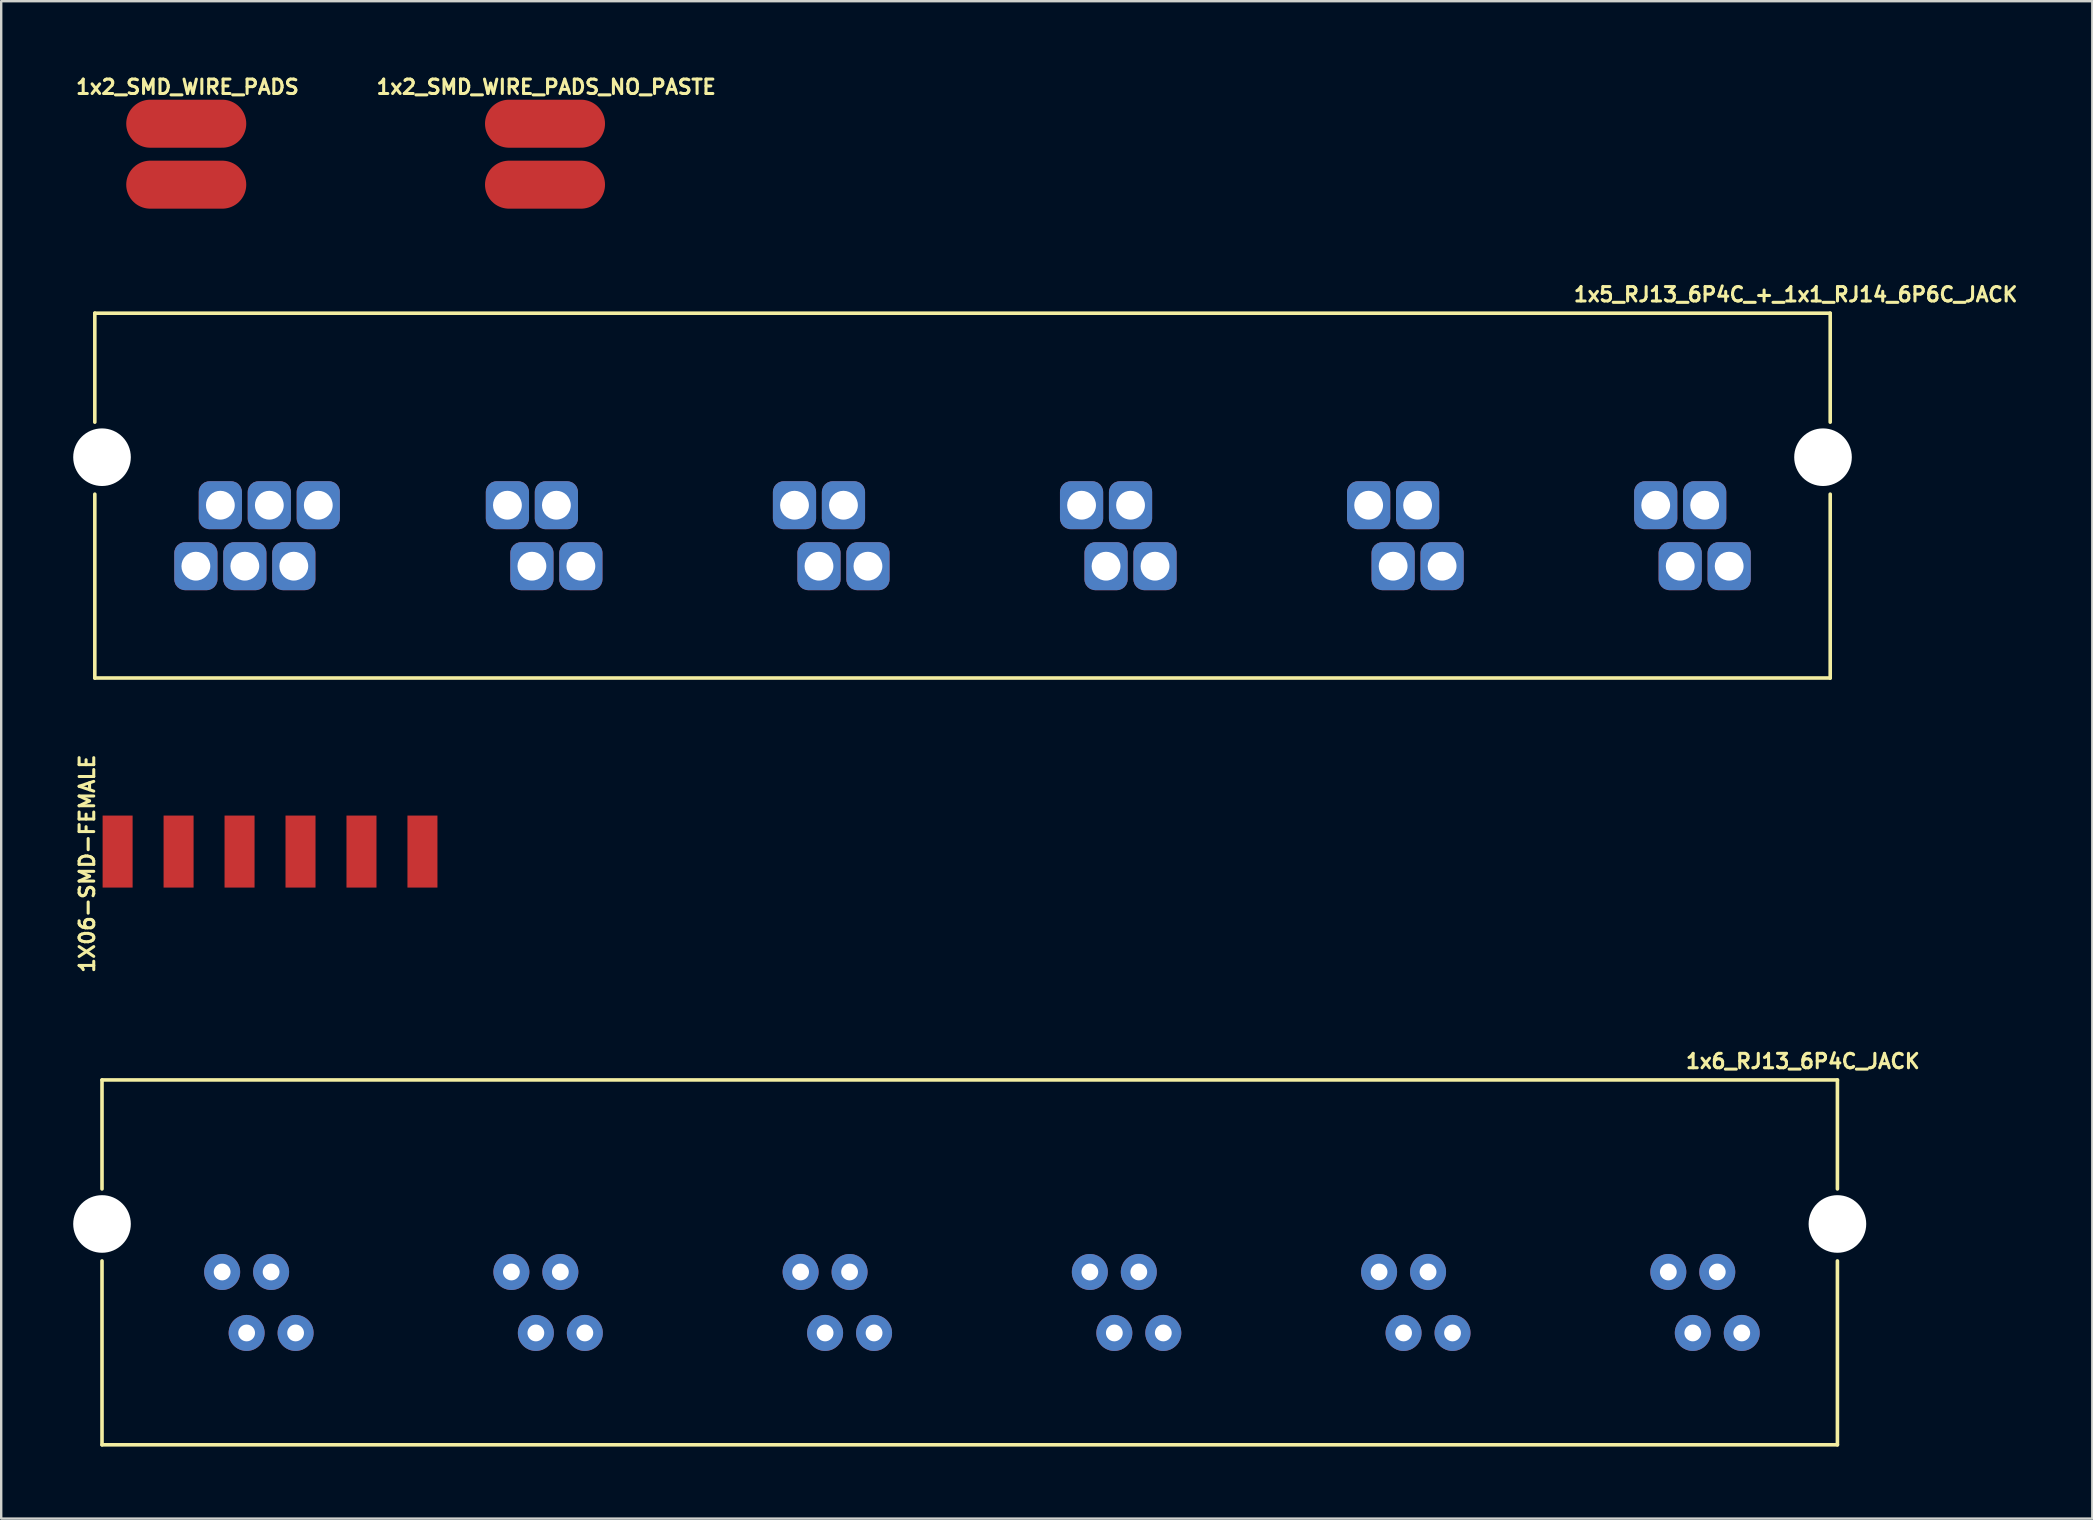
<source format=kicad_pcb>
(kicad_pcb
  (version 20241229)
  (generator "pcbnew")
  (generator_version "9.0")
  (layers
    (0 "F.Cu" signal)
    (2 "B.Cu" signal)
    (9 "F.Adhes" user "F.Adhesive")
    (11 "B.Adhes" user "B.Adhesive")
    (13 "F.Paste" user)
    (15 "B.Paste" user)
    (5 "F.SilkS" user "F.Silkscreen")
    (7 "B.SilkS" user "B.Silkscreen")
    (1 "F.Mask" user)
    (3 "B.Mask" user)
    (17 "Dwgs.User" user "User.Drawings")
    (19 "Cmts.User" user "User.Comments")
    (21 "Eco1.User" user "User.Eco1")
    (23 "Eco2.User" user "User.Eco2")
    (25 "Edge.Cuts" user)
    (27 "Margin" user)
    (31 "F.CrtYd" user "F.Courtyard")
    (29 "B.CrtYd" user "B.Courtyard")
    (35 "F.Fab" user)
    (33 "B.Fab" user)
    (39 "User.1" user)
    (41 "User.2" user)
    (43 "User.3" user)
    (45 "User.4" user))
  (footprint "1x2_SMD_WIRE_PADS"
    (layer "F.Cu")
    (at 4.709 3.374)
    (property "Reference" "1x2_SMD_WIRE_PADS" (at 0.05 -2.8 0) (layer "F.SilkS") (effects (font (size 0.6 0.6) (thickness 0.127))))
    (attr through_hole)
    (pad "1" smd oval (at 0 -1.27) (size 5 2) (layers "F.Cu" "F.Mask" "F.Paste"))
    (pad "2" smd oval (at 0 1.27) (size 5 2) (layers "F.Cu" "F.Mask" "F.Paste")))
  (footprint "1x2_SMD_WIRE_PADS_NO_PASTE"
    (layer "F.Cu")
    (at 19.656 3.374)
    (property "Reference" "1x2_SMD_WIRE_PADS_NO_PASTE" (at 0.05 -2.8 0) (layer "F.SilkS") (effects (font (size 0.6 0.6) (thickness 0.127))))
    (attr through_hole)
    (pad "1" smd oval (at 0 -1.27) (size 5 2) (layers "F.Cu" "F.Mask"))
    (pad "2" smd oval (at 0 1.27) (size 5 2) (layers "F.Cu" "F.Mask")))
  (footprint "1X06-SMD-FEMALE"
    (layer "F.Cu")
    (at 8.2 35.852)
    (property "Reference" "1X06-SMD-FEMALE" (at -7.62 -2.921 90) (layer "F.SilkS") (effects (font (size 0.61 0.61) (thickness 0.127))))
    (attr smd)
    (pad "1" smd rect (at 6.35 -3.424 180) (size 1.25 3) (layers "F.Cu" "F.Mask" "F.Paste"))
    (pad "2" smd rect (at 3.81 -3.424 180) (size 1.25 3) (layers "F.Cu" "F.Mask" "F.Paste"))
    (pad "3" smd rect (at 1.27 -3.424 180) (size 1.25 3) (layers "F.Cu" "F.Mask" "F.Paste"))
    (pad "4" smd rect (at -1.27 -3.424 180) (size 1.25 3) (layers "F.Cu" "F.Mask" "F.Paste"))
    (pad "5" smd rect (at -3.81 -3.424 180) (size 1.25 3) (layers "F.Cu" "F.Mask" "F.Paste"))
    (pad "6" smd rect (at -6.35 -3.424 180) (size 1.25 3) (layers "F.Cu" "F.Mask" "F.Paste")))
  (footprint "1x5_RJ13_6P4C_+_1x1_RJ14_6P6C_JACK"
    (layer "F.Cu")
    (at 37.05 20.538)
    (property "Reference" "1x5_RJ13_6P4C_+_1x1_RJ14_6P6C_JACK" (at 34.71 -11.32 0) (layer "F.SilkS") (effects (font (size 0.6 0.6) (thickness 0.127))))
    (attr through_hole)
    (fp_line (start -36.15 -10.54) (end -36.15 -6) (stroke (width 0.15) (type solid)) (layer "F.SilkS"))
    (fp_line (start -36.15 -10.54) (end 36.15 -10.54) (stroke (width 0.15) (type solid)) (layer "F.SilkS"))
    (fp_line (start -36.15 4.66) (end -36.15 -3) (stroke (width 0.15) (type solid)) (layer "F.SilkS"))
    (fp_line (start -36.15 4.66) (end 36.15 4.66) (stroke (width 0.15) (type solid)) (layer "F.SilkS"))
    (fp_line (start 36.15 -10.54) (end 36.15 -6) (stroke (width 0.15) (type solid)) (layer "F.SilkS"))
    (fp_line (start 36.15 4.66) (end 36.15 -3) (stroke (width 0.15) (type solid)) (layer "F.SilkS"))
    (pad "" np_thru_hole circle (at -35.85 -4.54) (size 2.4 2.4) (drill 2.4) (layers "*.Cu" "*.Mask"))
    (pad "" np_thru_hole circle (at 35.85 -4.54) (size 2.4 2.4) (drill 2.4) (layers "*.Cu" "*.Mask"))
    (pad "1" thru_hole roundrect (at -31.94 0) (size 1.8 2) (drill 1.2) (layers "*.Cu" "*.Mask") (roundrect_rratio 0.25))
    (pad "2" thru_hole roundrect (at -30.92 -2.54) (size 1.8 2) (drill 1.2) (layers "*.Cu" "*.Mask") (roundrect_rratio 0.25))
    (pad "3" thru_hole roundrect (at -29.9 0) (size 1.8 2) (drill 1.2) (layers "*.Cu" "*.Mask") (roundrect_rratio 0.25))
    (pad "4" thru_hole roundrect (at -28.88 -2.54) (size 1.8 2) (drill 1.2) (layers "*.Cu" "*.Mask") (roundrect_rratio 0.25))
    (pad "5" thru_hole roundrect (at -27.86 0) (size 1.8 2) (drill 1.2) (layers "*.Cu" "*.Mask") (roundrect_rratio 0.25))
    (pad "6" thru_hole roundrect (at -26.84 -2.54) (size 1.8 2) (drill 1.2) (layers "*.Cu" "*.Mask") (roundrect_rratio 0.25))
    (pad "8" thru_hole roundrect (at -18.96 -2.54) (size 1.8 2) (drill 1.2) (layers "*.Cu" "*.Mask") (roundrect_rratio 0.25))
    (pad "9" thru_hole roundrect (at -17.94 0) (size 1.8 2) (drill 1.2) (layers "*.Cu" "*.Mask") (roundrect_rratio 0.25))
    (pad "10" thru_hole roundrect (at -16.92 -2.54) (size 1.8 2) (drill 1.2) (layers "*.Cu" "*.Mask") (roundrect_rratio 0.25))
    (pad "11" thru_hole roundrect (at -15.9 0) (size 1.8 2) (drill 1.2) (layers "*.Cu" "*.Mask") (roundrect_rratio 0.25))
    (pad "14" thru_hole roundrect (at -7 -2.54) (size 1.8 2) (drill 1.2) (layers "*.Cu" "*.Mask") (roundrect_rratio 0.25))
    (pad "15" thru_hole roundrect (at -5.98 0) (size 1.8 2) (drill 1.2) (layers "*.Cu" "*.Mask") (roundrect_rratio 0.25))
    (pad "16" thru_hole roundrect (at -4.96 -2.54) (size 1.8 2) (drill 1.2) (layers "*.Cu" "*.Mask") (roundrect_rratio 0.25))
    (pad "17" thru_hole roundrect (at -3.94 0) (size 1.8 2) (drill 1.2) (layers "*.Cu" "*.Mask") (roundrect_rratio 0.25))
    (pad "20" thru_hole roundrect (at 4.96 -2.54) (size 1.8 2) (drill 1.2) (layers "*.Cu" "*.Mask") (roundrect_rratio 0.25))
    (pad "21" thru_hole roundrect (at 5.98 0) (size 1.8 2) (drill 1.2) (layers "*.Cu" "*.Mask") (roundrect_rratio 0.25))
    (pad "22" thru_hole roundrect (at 7 -2.54) (size 1.8 2) (drill 1.2) (layers "*.Cu" "*.Mask") (roundrect_rratio 0.25))
    (pad "23" thru_hole roundrect (at 8.02 0) (size 1.8 2) (drill 1.2) (layers "*.Cu" "*.Mask") (roundrect_rratio 0.25))
    (pad "26" thru_hole roundrect (at 16.92 -2.54) (size 1.8 2) (drill 1.2) (layers "*.Cu" "*.Mask") (roundrect_rratio 0.25))
    (pad "27" thru_hole roundrect (at 17.94 0) (size 1.8 2) (drill 1.2) (layers "*.Cu" "*.Mask") (roundrect_rratio 0.25))
    (pad "28" thru_hole roundrect (at 18.96 -2.54) (size 1.8 2) (drill 1.2) (layers "*.Cu" "*.Mask") (roundrect_rratio 0.25))
    (pad "29" thru_hole roundrect (at 19.98 0) (size 1.8 2) (drill 1.2) (layers "*.Cu" "*.Mask") (roundrect_rratio 0.25))
    (pad "32" thru_hole roundrect (at 28.88 -2.54) (size 1.8 2) (drill 1.2) (layers "*.Cu" "*.Mask") (roundrect_rratio 0.25))
    (pad "33" thru_hole roundrect (at 29.9 0) (size 1.8 2) (drill 1.2) (layers "*.Cu" "*.Mask") (roundrect_rratio 0.25))
    (pad "34" thru_hole roundrect (at 30.92 -2.54) (size 1.8 2) (drill 1.2) (layers "*.Cu" "*.Mask") (roundrect_rratio 0.25))
    (pad "35" thru_hole roundrect (at 31.94 0) (size 1.8 2) (drill 1.2) (layers "*.Cu" "*.Mask") (roundrect_rratio 0.25)))
  (footprint "1x6_RJ13_6P4C_JACK"
    (layer "F.Cu")
    (at 37.35 52.483)
    (property "Reference" "1x6_RJ13_6P4C_JACK" (at 34.71 -11.32 0) (layer "F.SilkS") (effects (font (size 0.6 0.6) (thickness 0.127))))
    (attr through_hole)
    (fp_line (start -36.15 -10.54) (end -36.15 -6) (stroke (width 0.15) (type solid)) (layer "F.SilkS"))
    (fp_line (start -36.15 -10.54) (end 36.15 -10.54) (stroke (width 0.15) (type solid)) (layer "F.SilkS"))
    (fp_line (start -36.15 4.66) (end -36.15 -3) (stroke (width 0.15) (type solid)) (layer "F.SilkS"))
    (fp_line (start -36.15 4.66) (end 36.15 4.66) (stroke (width 0.15) (type solid)) (layer "F.SilkS"))
    (fp_line (start 36.15 -10.54) (end 36.15 -6) (stroke (width 0.15) (type solid)) (layer "F.SilkS"))
    (fp_line (start 36.15 4.66) (end 36.15 -3) (stroke (width 0.15) (type solid)) (layer "F.SilkS"))
    (pad "" np_thru_hole circle (at -36.15 -4.54) (size 2.4 2.4) (drill 2.4) (layers "*.Cu" "*.Mask"))
    (pad "" np_thru_hole circle (at 36.15 -4.54) (size 2.4 2.4) (drill 2.4) (layers "*.Cu" "*.Mask"))
    (pad "2" thru_hole circle (at -31.145 -2.54) (size 1.5 1.5) (drill 0.7) (layers "*.Cu" "*.Mask"))
    (pad "3" thru_hole circle (at -30.125 0) (size 1.5 1.5) (drill 0.7) (layers "*.Cu" "*.Mask"))
    (pad "4" thru_hole circle (at -29.105 -2.54) (size 1.5 1.5) (drill 0.7) (layers "*.Cu" "*.Mask"))
    (pad "5" thru_hole circle (at -28.085 0) (size 1.5 1.5) (drill 0.7) (layers "*.Cu" "*.Mask"))
    (pad "8" thru_hole circle (at -19.095 -2.54) (size 1.5 1.5) (drill 0.7) (layers "*.Cu" "*.Mask"))
    (pad "9" thru_hole circle (at -18.075 0) (size 1.5 1.5) (drill 0.7) (layers "*.Cu" "*.Mask"))
    (pad "10" thru_hole circle (at -17.055 -2.54) (size 1.5 1.5) (drill 0.7) (layers "*.Cu" "*.Mask"))
    (pad "11" thru_hole circle (at -16.035 0) (size 1.5 1.5) (drill 0.7) (layers "*.Cu" "*.Mask"))
    (pad "14" thru_hole circle (at -7.045 -2.54) (size 1.5 1.5) (drill 0.7) (layers "*.Cu" "*.Mask"))
    (pad "15" thru_hole circle (at -6.025 0) (size 1.5 1.5) (drill 0.7) (layers "*.Cu" "*.Mask"))
    (pad "16" thru_hole circle (at -5.005 -2.54) (size 1.5 1.5) (drill 0.7) (layers "*.Cu" "*.Mask"))
    (pad "17" thru_hole circle (at -3.985 0) (size 1.5 1.5) (drill 0.7) (layers "*.Cu" "*.Mask"))
    (pad "20" thru_hole circle (at 5.005 -2.54) (size 1.5 1.5) (drill 0.7) (layers "*.Cu" "*.Mask"))
    (pad "21" thru_hole circle (at 6.025 0) (size 1.5 1.5) (drill 0.7) (layers "*.Cu" "*.Mask"))
    (pad "22" thru_hole circle (at 7.045 -2.54) (size 1.5 1.5) (drill 0.7) (layers "*.Cu" "*.Mask"))
    (pad "23" thru_hole circle (at 8.065 0) (size 1.5 1.5) (drill 0.7) (layers "*.Cu" "*.Mask"))
    (pad "26" thru_hole circle (at 17.055 -2.54) (size 1.5 1.5) (drill 0.7) (layers "*.Cu" "*.Mask"))
    (pad "27" thru_hole circle (at 18.075 0) (size 1.5 1.5) (drill 0.7) (layers "*.Cu" "*.Mask"))
    (pad "28" thru_hole circle (at 19.095 -2.54) (size 1.5 1.5) (drill 0.7) (layers "*.Cu" "*.Mask"))
    (pad "29" thru_hole circle (at 20.115 0) (size 1.5 1.5) (drill 0.7) (layers "*.Cu" "*.Mask"))
    (pad "32" thru_hole circle (at 29.105 -2.54) (size 1.5 1.5) (drill 0.7) (layers "*.Cu" "*.Mask"))
    (pad "33" thru_hole circle (at 30.125 0) (size 1.5 1.5) (drill 0.7) (layers "*.Cu" "*.Mask"))
    (pad "34" thru_hole circle (at 31.145 -2.54) (size 1.5 1.5) (drill 0.7) (layers "*.Cu" "*.Mask"))
    (pad "35" thru_hole circle (at 32.165 0) (size 1.5 1.5) (drill 0.7) (layers "*.Cu" "*.Mask")))
  (gr_rect
    (start -3 -3)
    (end 84.119 60.218)
    (stroke (width 0.1) (type default))
    (fill no)
    (layer "Edge.Cuts")))
</source>
